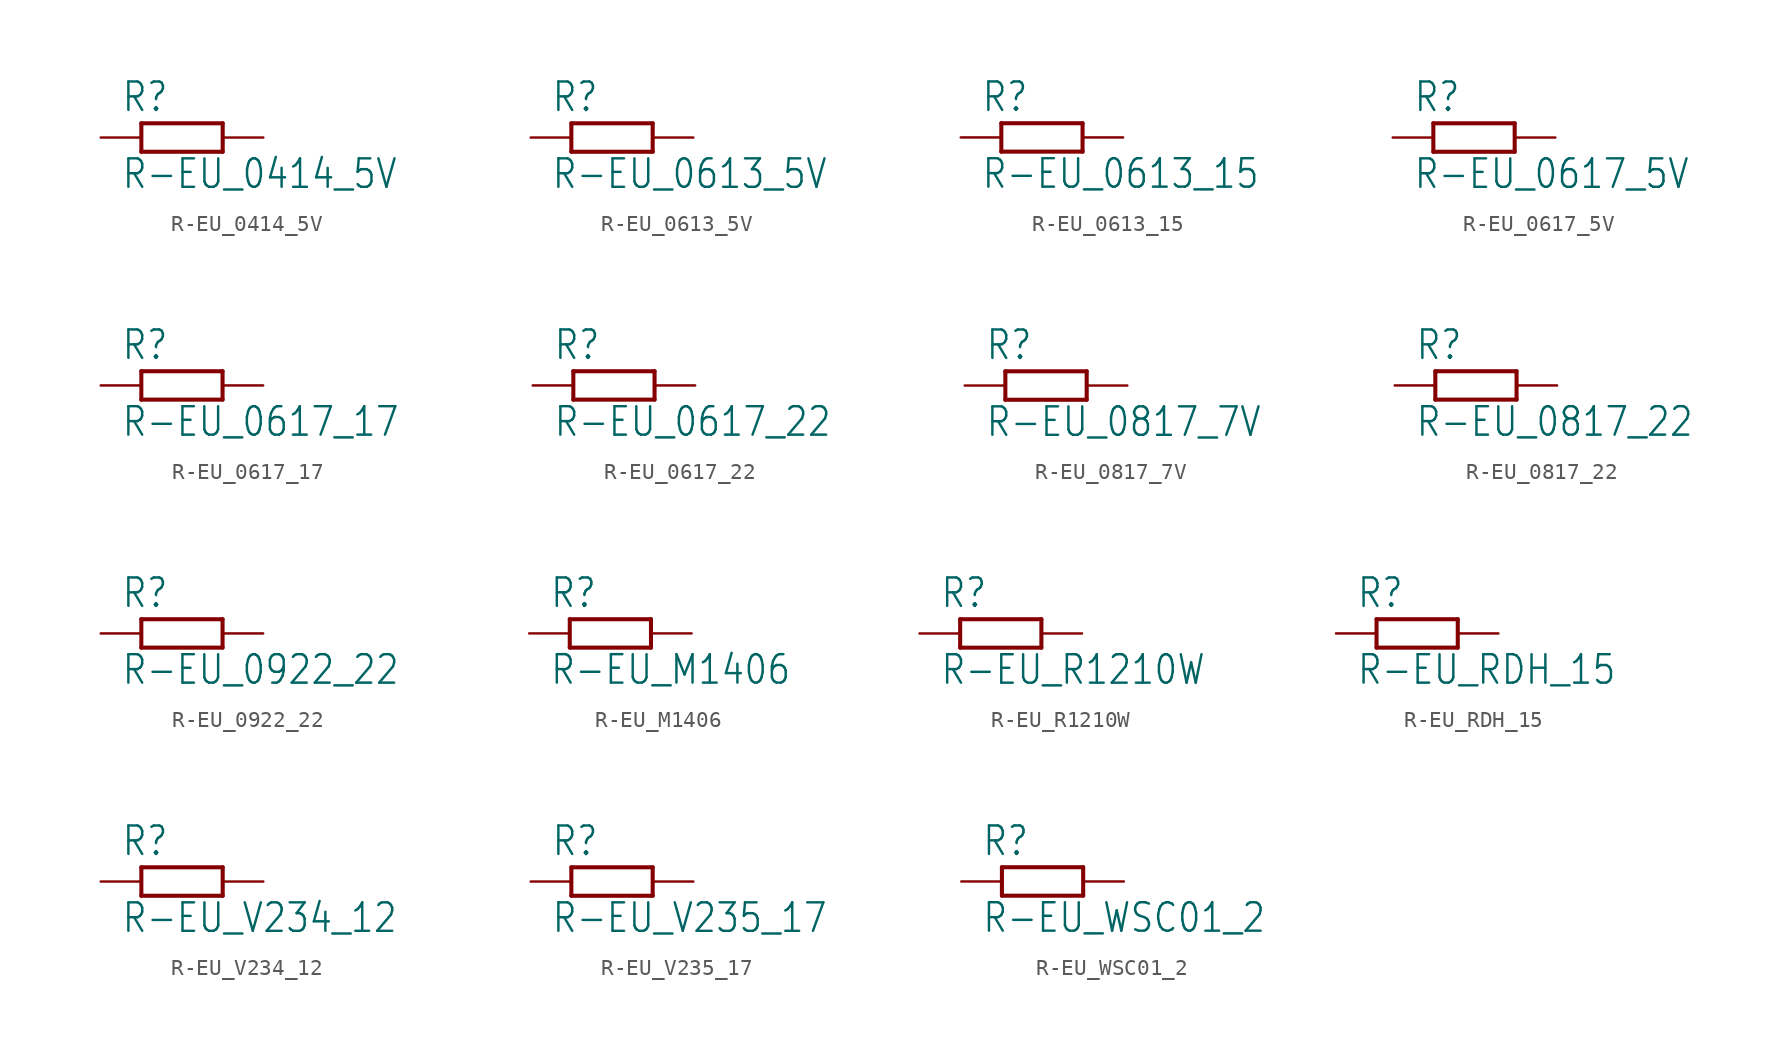
<source format=kicad_sym>
(kicad_symbol_lib
  (version 20201005)
  (generator kicad_symbol_editor)
  (symbol "R-EU_0414_5V"
    (property "Reference" "R"
      (at -3.81 1.499 0)
      (effects (font (size 1.778 1.511)) (justify left bottom)))
    (property "Value" "R-EU_0414_5V"
      (at -3.81 -3.302 0)
      (effects (font (size 1.778 1.511)) (justify left bottom)))
    (property "ki_locked" ""
      (at 0 0 0)
      (effects (font (size 1.27 1.27))))
    (symbol "R-EU_0414_5V_1_0"
      (polyline (pts (xy -2.54 -0.889) (xy 2.54 -0.889)) (stroke (width 0.254)) (fill (type none)))
      (polyline (pts (xy 2.54 0.889) (xy -2.54 0.889)) (stroke (width 0.254)) (fill (type none)))
      (polyline (pts (xy 2.54 -0.889) (xy 2.54 0.889)) (stroke (width 0.254)) (fill (type none)))
      (polyline (pts (xy -2.54 -0.889) (xy -2.54 0.889)) (stroke (width 0.254)) (fill (type none)))
      (pin passive line (at 5.08 0 180) (length 2.54) (name "2" (effects (font (size 0 0)))) (number "2" (effects (font (size 0 0)))))
      (pin passive line (at -5.08 0 0) (length 2.54) (name "1" (effects (font (size 0 0)))) (number "1" (effects (font (size 0 0)))))))
  (symbol "R-EU_0613_5V"
    (property "Reference" "R"
      (at -3.81 1.499 0)
      (effects (font (size 1.778 1.511)) (justify left bottom)))
    (property "Value" "R-EU_0613_5V"
      (at -3.81 -3.302 0)
      (effects (font (size 1.778 1.511)) (justify left bottom)))
    (property "ki_locked" ""
      (at 0 0 0)
      (effects (font (size 1.27 1.27))))
    (symbol "R-EU_0613_5V_1_0"
      (polyline (pts (xy -2.54 -0.889) (xy 2.54 -0.889)) (stroke (width 0.254)) (fill (type none)))
      (polyline (pts (xy 2.54 0.889) (xy -2.54 0.889)) (stroke (width 0.254)) (fill (type none)))
      (polyline (pts (xy 2.54 -0.889) (xy 2.54 0.889)) (stroke (width 0.254)) (fill (type none)))
      (polyline (pts (xy -2.54 -0.889) (xy -2.54 0.889)) (stroke (width 0.254)) (fill (type none)))
      (pin passive line (at 5.08 0 180) (length 2.54) (name "2" (effects (font (size 0 0)))) (number "2" (effects (font (size 0 0)))))
      (pin passive line (at -5.08 0 0) (length 2.54) (name "1" (effects (font (size 0 0)))) (number "1" (effects (font (size 0 0)))))))
  (symbol "R-EU_0613_15"
    (property "Reference" "R"
      (at -3.81 1.499 0)
      (effects (font (size 1.778 1.511)) (justify left bottom)))
    (property "Value" "R-EU_0613_15"
      (at -3.81 -3.302 0)
      (effects (font (size 1.778 1.511)) (justify left bottom)))
    (property "ki_locked" ""
      (at 0 0 0)
      (effects (font (size 1.27 1.27))))
    (symbol "R-EU_0613_15_1_0"
      (polyline (pts (xy -2.54 -0.889) (xy 2.54 -0.889)) (stroke (width 0.254)) (fill (type none)))
      (polyline (pts (xy 2.54 0.889) (xy -2.54 0.889)) (stroke (width 0.254)) (fill (type none)))
      (polyline (pts (xy 2.54 -0.889) (xy 2.54 0.889)) (stroke (width 0.254)) (fill (type none)))
      (polyline (pts (xy -2.54 -0.889) (xy -2.54 0.889)) (stroke (width 0.254)) (fill (type none)))
      (pin passive line (at 5.08 0 180) (length 2.54) (name "2" (effects (font (size 0 0)))) (number "2" (effects (font (size 0 0)))))
      (pin passive line (at -5.08 0 0) (length 2.54) (name "1" (effects (font (size 0 0)))) (number "1" (effects (font (size 0 0)))))))
  (symbol "R-EU_0617_5V"
    (property "Reference" "R"
      (at -3.81 1.499 0)
      (effects (font (size 1.778 1.511)) (justify left bottom)))
    (property "Value" "R-EU_0617_5V"
      (at -3.81 -3.302 0)
      (effects (font (size 1.778 1.511)) (justify left bottom)))
    (property "ki_locked" ""
      (at 0 0 0)
      (effects (font (size 1.27 1.27))))
    (symbol "R-EU_0617_5V_1_0"
      (polyline (pts (xy -2.54 -0.889) (xy 2.54 -0.889)) (stroke (width 0.254)) (fill (type none)))
      (polyline (pts (xy 2.54 0.889) (xy -2.54 0.889)) (stroke (width 0.254)) (fill (type none)))
      (polyline (pts (xy 2.54 -0.889) (xy 2.54 0.889)) (stroke (width 0.254)) (fill (type none)))
      (polyline (pts (xy -2.54 -0.889) (xy -2.54 0.889)) (stroke (width 0.254)) (fill (type none)))
      (pin passive line (at 5.08 0 180) (length 2.54) (name "2" (effects (font (size 0 0)))) (number "2" (effects (font (size 0 0)))))
      (pin passive line (at -5.08 0 0) (length 2.54) (name "1" (effects (font (size 0 0)))) (number "1" (effects (font (size 0 0)))))))
  (symbol "R-EU_0617_17"
    (property "Reference" "R"
      (at -3.81 1.499 0)
      (effects (font (size 1.778 1.511)) (justify left bottom)))
    (property "Value" "R-EU_0617_17"
      (at -3.81 -3.302 0)
      (effects (font (size 1.778 1.511)) (justify left bottom)))
    (property "ki_locked" ""
      (at 0 0 0)
      (effects (font (size 1.27 1.27))))
    (symbol "R-EU_0617_17_1_0"
      (polyline (pts (xy -2.54 -0.889) (xy 2.54 -0.889)) (stroke (width 0.254)) (fill (type none)))
      (polyline (pts (xy 2.54 0.889) (xy -2.54 0.889)) (stroke (width 0.254)) (fill (type none)))
      (polyline (pts (xy 2.54 -0.889) (xy 2.54 0.889)) (stroke (width 0.254)) (fill (type none)))
      (polyline (pts (xy -2.54 -0.889) (xy -2.54 0.889)) (stroke (width 0.254)) (fill (type none)))
      (pin passive line (at 5.08 0 180) (length 2.54) (name "2" (effects (font (size 0 0)))) (number "2" (effects (font (size 0 0)))))
      (pin passive line (at -5.08 0 0) (length 2.54) (name "1" (effects (font (size 0 0)))) (number "1" (effects (font (size 0 0)))))))
  (symbol "R-EU_0617_22"
    (property "Reference" "R"
      (at -3.81 1.499 0)
      (effects (font (size 1.778 1.511)) (justify left bottom)))
    (property "Value" "R-EU_0617_22"
      (at -3.81 -3.302 0)
      (effects (font (size 1.778 1.511)) (justify left bottom)))
    (property "ki_locked" ""
      (at 0 0 0)
      (effects (font (size 1.27 1.27))))
    (symbol "R-EU_0617_22_1_0"
      (polyline (pts (xy -2.54 -0.889) (xy 2.54 -0.889)) (stroke (width 0.254)) (fill (type none)))
      (polyline (pts (xy 2.54 0.889) (xy -2.54 0.889)) (stroke (width 0.254)) (fill (type none)))
      (polyline (pts (xy 2.54 -0.889) (xy 2.54 0.889)) (stroke (width 0.254)) (fill (type none)))
      (polyline (pts (xy -2.54 -0.889) (xy -2.54 0.889)) (stroke (width 0.254)) (fill (type none)))
      (pin passive line (at 5.08 0 180) (length 2.54) (name "2" (effects (font (size 0 0)))) (number "2" (effects (font (size 0 0)))))
      (pin passive line (at -5.08 0 0) (length 2.54) (name "1" (effects (font (size 0 0)))) (number "1" (effects (font (size 0 0)))))))
  (symbol "R-EU_0817_7V"
    (property "Reference" "R"
      (at -3.81 1.499 0)
      (effects (font (size 1.778 1.511)) (justify left bottom)))
    (property "Value" "R-EU_0817_7V"
      (at -3.81 -3.302 0)
      (effects (font (size 1.778 1.511)) (justify left bottom)))
    (property "ki_locked" ""
      (at 0 0 0)
      (effects (font (size 1.27 1.27))))
    (symbol "R-EU_0817_7V_1_0"
      (polyline (pts (xy -2.54 -0.889) (xy 2.54 -0.889)) (stroke (width 0.254)) (fill (type none)))
      (polyline (pts (xy 2.54 0.889) (xy -2.54 0.889)) (stroke (width 0.254)) (fill (type none)))
      (polyline (pts (xy 2.54 -0.889) (xy 2.54 0.889)) (stroke (width 0.254)) (fill (type none)))
      (polyline (pts (xy -2.54 -0.889) (xy -2.54 0.889)) (stroke (width 0.254)) (fill (type none)))
      (pin passive line (at 5.08 0 180) (length 2.54) (name "2" (effects (font (size 0 0)))) (number "2" (effects (font (size 0 0)))))
      (pin passive line (at -5.08 0 0) (length 2.54) (name "1" (effects (font (size 0 0)))) (number "1" (effects (font (size 0 0)))))))
  (symbol "R-EU_0817_22"
    (property "Reference" "R"
      (at -3.81 1.499 0)
      (effects (font (size 1.778 1.511)) (justify left bottom)))
    (property "Value" "R-EU_0817_22"
      (at -3.81 -3.302 0)
      (effects (font (size 1.778 1.511)) (justify left bottom)))
    (property "ki_locked" ""
      (at 0 0 0)
      (effects (font (size 1.27 1.27))))
    (symbol "R-EU_0817_22_1_0"
      (polyline (pts (xy -2.54 -0.889) (xy 2.54 -0.889)) (stroke (width 0.254)) (fill (type none)))
      (polyline (pts (xy 2.54 0.889) (xy -2.54 0.889)) (stroke (width 0.254)) (fill (type none)))
      (polyline (pts (xy 2.54 -0.889) (xy 2.54 0.889)) (stroke (width 0.254)) (fill (type none)))
      (polyline (pts (xy -2.54 -0.889) (xy -2.54 0.889)) (stroke (width 0.254)) (fill (type none)))
      (pin passive line (at 5.08 0 180) (length 2.54) (name "2" (effects (font (size 0 0)))) (number "2" (effects (font (size 0 0)))))
      (pin passive line (at -5.08 0 0) (length 2.54) (name "1" (effects (font (size 0 0)))) (number "1" (effects (font (size 0 0)))))))
  (symbol "R-EU_0922_22"
    (property "Reference" "R"
      (at -3.81 1.499 0)
      (effects (font (size 1.778 1.511)) (justify left bottom)))
    (property "Value" "R-EU_0922_22"
      (at -3.81 -3.302 0)
      (effects (font (size 1.778 1.511)) (justify left bottom)))
    (property "ki_locked" ""
      (at 0 0 0)
      (effects (font (size 1.27 1.27))))
    (symbol "R-EU_0922_22_1_0"
      (polyline (pts (xy -2.54 -0.889) (xy 2.54 -0.889)) (stroke (width 0.254)) (fill (type none)))
      (polyline (pts (xy 2.54 0.889) (xy -2.54 0.889)) (stroke (width 0.254)) (fill (type none)))
      (polyline (pts (xy 2.54 -0.889) (xy 2.54 0.889)) (stroke (width 0.254)) (fill (type none)))
      (polyline (pts (xy -2.54 -0.889) (xy -2.54 0.889)) (stroke (width 0.254)) (fill (type none)))
      (pin passive line (at 5.08 0 180) (length 2.54) (name "2" (effects (font (size 0 0)))) (number "2" (effects (font (size 0 0)))))
      (pin passive line (at -5.08 0 0) (length 2.54) (name "1" (effects (font (size 0 0)))) (number "1" (effects (font (size 0 0)))))))
  (symbol "R-EU_M1406"
    (property "Reference" "R"
      (at -3.81 1.499 0)
      (effects (font (size 1.778 1.511)) (justify left bottom)))
    (property "Value" "R-EU_M1406"
      (at -3.81 -3.302 0)
      (effects (font (size 1.778 1.511)) (justify left bottom)))
    (property "ki_locked" ""
      (at 0 0 0)
      (effects (font (size 1.27 1.27))))
    (symbol "R-EU_M1406_1_0"
      (polyline (pts (xy -2.54 -0.889) (xy 2.54 -0.889)) (stroke (width 0.254)) (fill (type none)))
      (polyline (pts (xy 2.54 0.889) (xy -2.54 0.889)) (stroke (width 0.254)) (fill (type none)))
      (polyline (pts (xy 2.54 -0.889) (xy 2.54 0.889)) (stroke (width 0.254)) (fill (type none)))
      (polyline (pts (xy -2.54 -0.889) (xy -2.54 0.889)) (stroke (width 0.254)) (fill (type none)))
      (pin passive line (at 5.08 0 180) (length 2.54) (name "2" (effects (font (size 0 0)))) (number "2" (effects (font (size 0 0)))))
      (pin passive line (at -5.08 0 0) (length 2.54) (name "1" (effects (font (size 0 0)))) (number "1" (effects (font (size 0 0)))))))
  (symbol "R-EU_R1210W"
    (property "Reference" "R"
      (at -3.81 1.499 0)
      (effects (font (size 1.778 1.511)) (justify left bottom)))
    (property "Value" "R-EU_R1210W"
      (at -3.81 -3.302 0)
      (effects (font (size 1.778 1.511)) (justify left bottom)))
    (property "ki_locked" ""
      (at 0 0 0)
      (effects (font (size 1.27 1.27))))
    (symbol "R-EU_R1210W_1_0"
      (polyline (pts (xy -2.54 -0.889) (xy 2.54 -0.889)) (stroke (width 0.254)) (fill (type none)))
      (polyline (pts (xy 2.54 0.889) (xy -2.54 0.889)) (stroke (width 0.254)) (fill (type none)))
      (polyline (pts (xy 2.54 -0.889) (xy 2.54 0.889)) (stroke (width 0.254)) (fill (type none)))
      (polyline (pts (xy -2.54 -0.889) (xy -2.54 0.889)) (stroke (width 0.254)) (fill (type none)))
      (pin passive line (at 5.08 0 180) (length 2.54) (name "2" (effects (font (size 0 0)))) (number "2" (effects (font (size 0 0)))))
      (pin passive line (at -5.08 0 0) (length 2.54) (name "1" (effects (font (size 0 0)))) (number "1" (effects (font (size 0 0)))))))
  (symbol "R-EU_RDH_15"
    (property "Reference" "R"
      (at -3.81 1.499 0)
      (effects (font (size 1.778 1.511)) (justify left bottom)))
    (property "Value" "R-EU_RDH_15"
      (at -3.81 -3.302 0)
      (effects (font (size 1.778 1.511)) (justify left bottom)))
    (property "ki_locked" ""
      (at 0 0 0)
      (effects (font (size 1.27 1.27))))
    (symbol "R-EU_RDH_15_1_0"
      (polyline (pts (xy -2.54 -0.889) (xy 2.54 -0.889)) (stroke (width 0.254)) (fill (type none)))
      (polyline (pts (xy 2.54 0.889) (xy -2.54 0.889)) (stroke (width 0.254)) (fill (type none)))
      (polyline (pts (xy 2.54 -0.889) (xy 2.54 0.889)) (stroke (width 0.254)) (fill (type none)))
      (polyline (pts (xy -2.54 -0.889) (xy -2.54 0.889)) (stroke (width 0.254)) (fill (type none)))
      (pin passive line (at 5.08 0 180) (length 2.54) (name "2" (effects (font (size 0 0)))) (number "2" (effects (font (size 0 0)))))
      (pin passive line (at -5.08 0 0) (length 2.54) (name "1" (effects (font (size 0 0)))) (number "1" (effects (font (size 0 0)))))))
  (symbol "R-EU_V234_12"
    (property "Reference" "R"
      (at -3.81 1.499 0)
      (effects (font (size 1.778 1.511)) (justify left bottom)))
    (property "Value" "R-EU_V234_12"
      (at -3.81 -3.302 0)
      (effects (font (size 1.778 1.511)) (justify left bottom)))
    (property "ki_locked" ""
      (at 0 0 0)
      (effects (font (size 1.27 1.27))))
    (symbol "R-EU_V234_12_1_0"
      (polyline (pts (xy -2.54 -0.889) (xy 2.54 -0.889)) (stroke (width 0.254)) (fill (type none)))
      (polyline (pts (xy 2.54 0.889) (xy -2.54 0.889)) (stroke (width 0.254)) (fill (type none)))
      (polyline (pts (xy 2.54 -0.889) (xy 2.54 0.889)) (stroke (width 0.254)) (fill (type none)))
      (polyline (pts (xy -2.54 -0.889) (xy -2.54 0.889)) (stroke (width 0.254)) (fill (type none)))
      (pin passive line (at 5.08 0 180) (length 2.54) (name "2" (effects (font (size 0 0)))) (number "2" (effects (font (size 0 0)))))
      (pin passive line (at -5.08 0 0) (length 2.54) (name "1" (effects (font (size 0 0)))) (number "1" (effects (font (size 0 0)))))))
  (symbol "R-EU_V235_17"
    (property "Reference" "R"
      (at -3.81 1.499 0)
      (effects (font (size 1.778 1.511)) (justify left bottom)))
    (property "Value" "R-EU_V235_17"
      (at -3.81 -3.302 0)
      (effects (font (size 1.778 1.511)) (justify left bottom)))
    (property "ki_locked" ""
      (at 0 0 0)
      (effects (font (size 1.27 1.27))))
    (symbol "R-EU_V235_17_1_0"
      (polyline (pts (xy -2.54 -0.889) (xy 2.54 -0.889)) (stroke (width 0.254)) (fill (type none)))
      (polyline (pts (xy 2.54 0.889) (xy -2.54 0.889)) (stroke (width 0.254)) (fill (type none)))
      (polyline (pts (xy 2.54 -0.889) (xy 2.54 0.889)) (stroke (width 0.254)) (fill (type none)))
      (polyline (pts (xy -2.54 -0.889) (xy -2.54 0.889)) (stroke (width 0.254)) (fill (type none)))
      (pin passive line (at 5.08 0 180) (length 2.54) (name "2" (effects (font (size 0 0)))) (number "2" (effects (font (size 0 0)))))
      (pin passive line (at -5.08 0 0) (length 2.54) (name "1" (effects (font (size 0 0)))) (number "1" (effects (font (size 0 0)))))))
  (symbol "R-EU_WSC01_2"
    (property "Reference" "R"
      (at -3.81 1.499 0)
      (effects (font (size 1.778 1.511)) (justify left bottom)))
    (property "Value" "R-EU_WSC01_2"
      (at -3.81 -3.302 0)
      (effects (font (size 1.778 1.511)) (justify left bottom)))
    (property "ki_locked" ""
      (at 0 0 0)
      (effects (font (size 1.27 1.27))))
    (symbol "R-EU_WSC01_2_1_0"
      (polyline (pts (xy -2.54 -0.889) (xy 2.54 -0.889)) (stroke (width 0.254)) (fill (type none)))
      (polyline (pts (xy 2.54 0.889) (xy -2.54 0.889)) (stroke (width 0.254)) (fill (type none)))
      (polyline (pts (xy 2.54 -0.889) (xy 2.54 0.889)) (stroke (width 0.254)) (fill (type none)))
      (polyline (pts (xy -2.54 -0.889) (xy -2.54 0.889)) (stroke (width 0.254)) (fill (type none)))
      (pin passive line (at 5.08 0 180) (length 2.54) (name "2" (effects (font (size 0 0)))) (number "2" (effects (font (size 0 0)))))
      (pin passive line (at -5.08 0 0) (length 2.54) (name "1" (effects (font (size 0 0)))) (number "1" (effects (font (size 0 0))))))))
</source>
